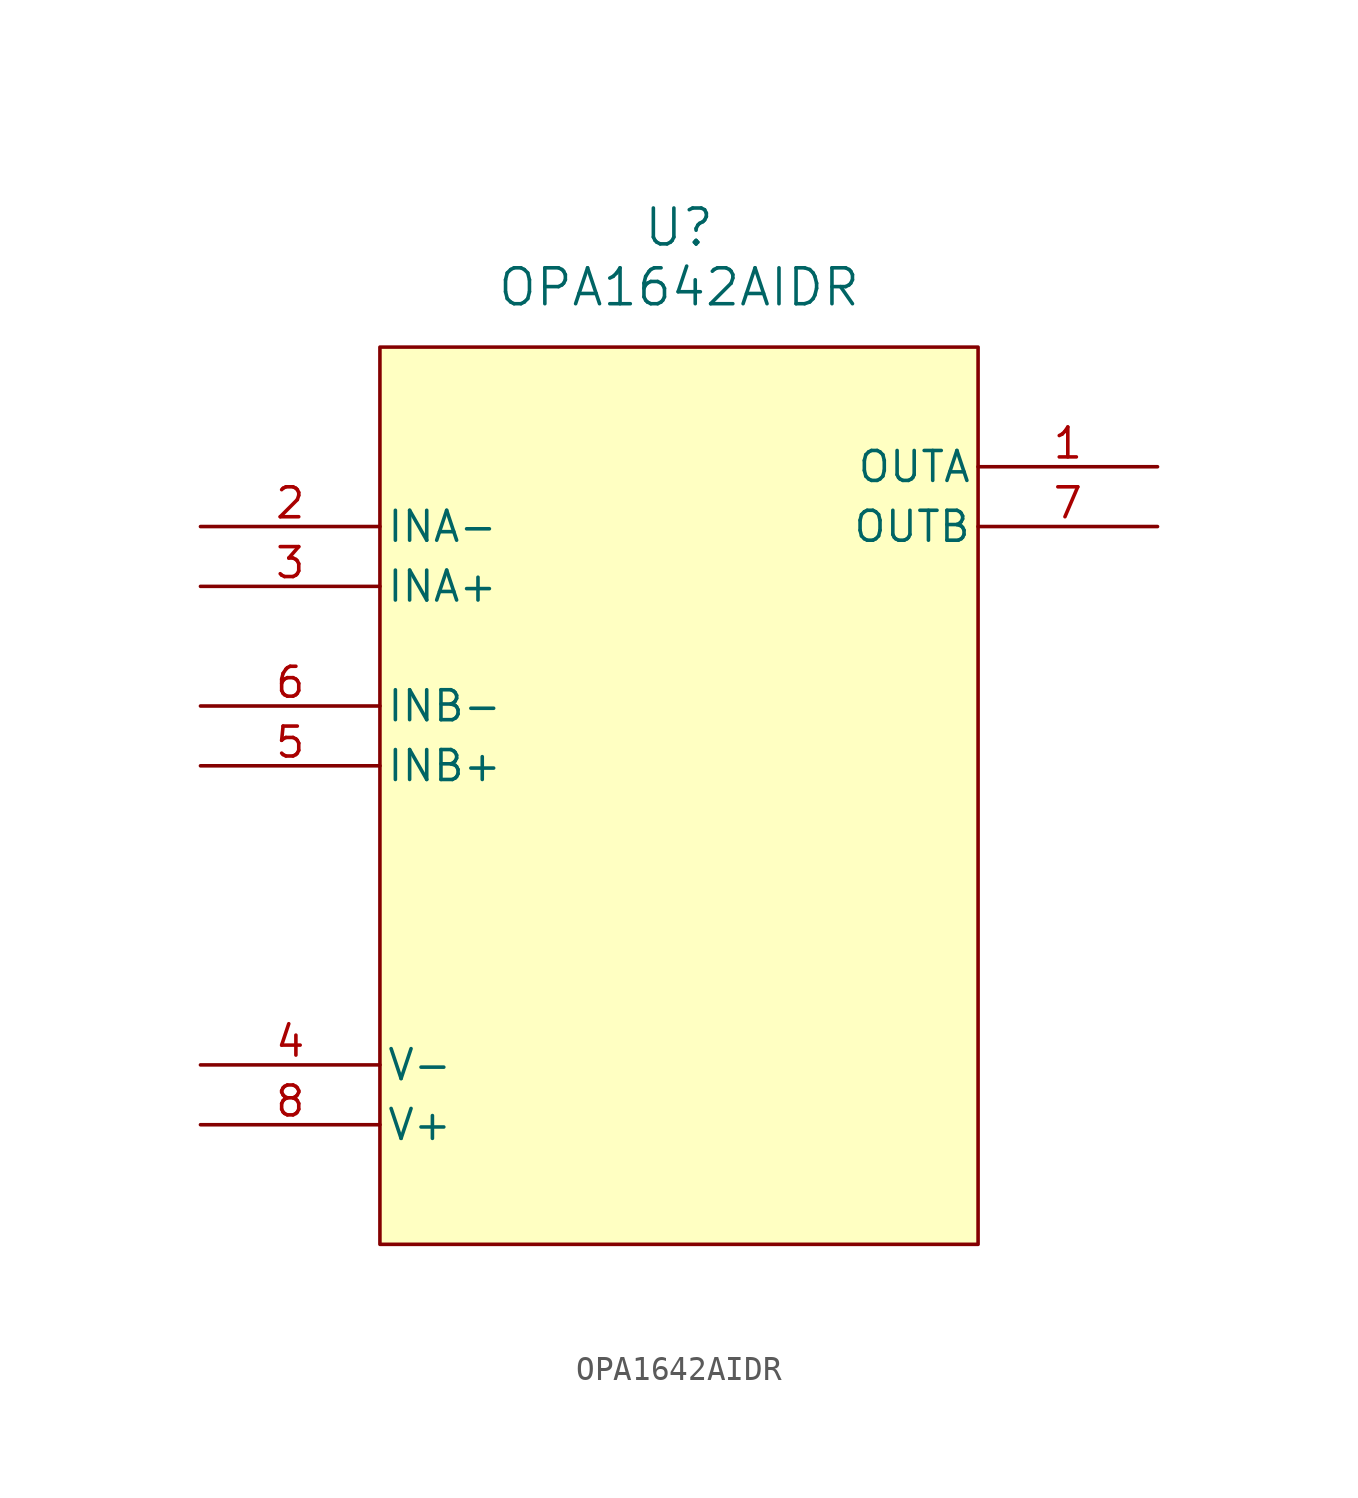
<source format=kicad_sym>
(kicad_symbol_lib
  (version 20231120)
  (generator "kicad_symbol_editor")
  (generator_version "8.0")
  (symbol "OPA1642AIDR"
    (pin_names
      (offset 0.254))
    (property "Reference" "U"
      (at 20.32 12.7 0)
      (effects (font (size 1.524 1.524))))
    (property "Value" "OPA1642AIDR"
      (at 20.32 10.16 0)
      (effects (font (size 1.524 1.524))))
    (symbol "OPA1642AIDR_0_1"
      (pin output line (at 40.64 2.54 180) (length 7.62) (name "OUTA" (effects (font (size 1.27 1.27)))) (number "1" (effects (font (size 1.27 1.27)))))
      (pin input line (at 0 0 0) (length 7.62) (name "INA-" (effects (font (size 1.27 1.27)))) (number "2" (effects (font (size 1.27 1.27)))))
      (pin input line (at 0 -2.54 0) (length 7.62) (name "INA+" (effects (font (size 1.27 1.27)))) (number "3" (effects (font (size 1.27 1.27)))))
      (pin power_in line (at 0 -22.86 0) (length 7.62) (name "V-" (effects (font (size 1.27 1.27)))) (number "4" (effects (font (size 1.27 1.27)))))
      (pin input line (at 0 -10.16 0) (length 7.62) (name "INB+" (effects (font (size 1.27 1.27)))) (number "5" (effects (font (size 1.27 1.27)))))
      (pin input line (at 0 -7.62 0) (length 7.62) (name "INB-" (effects (font (size 1.27 1.27)))) (number "6" (effects (font (size 1.27 1.27)))))
      (pin output line (at 40.64 0 180) (length 7.62) (name "OUTB" (effects (font (size 1.27 1.27)))) (number "7" (effects (font (size 1.27 1.27)))))
      (pin power_in line (at 0 -25.4 0) (length 7.62) (name "V+" (effects (font (size 1.27 1.27)))) (number "8" (effects (font (size 1.27 1.27))))))
    (symbol "OPA1642AIDR_1_1"
      (rectangle (start 7.62 7.62) (end 33.02 -30.48) (stroke (width 0) (type default)) (fill (type background))))))
</source>
